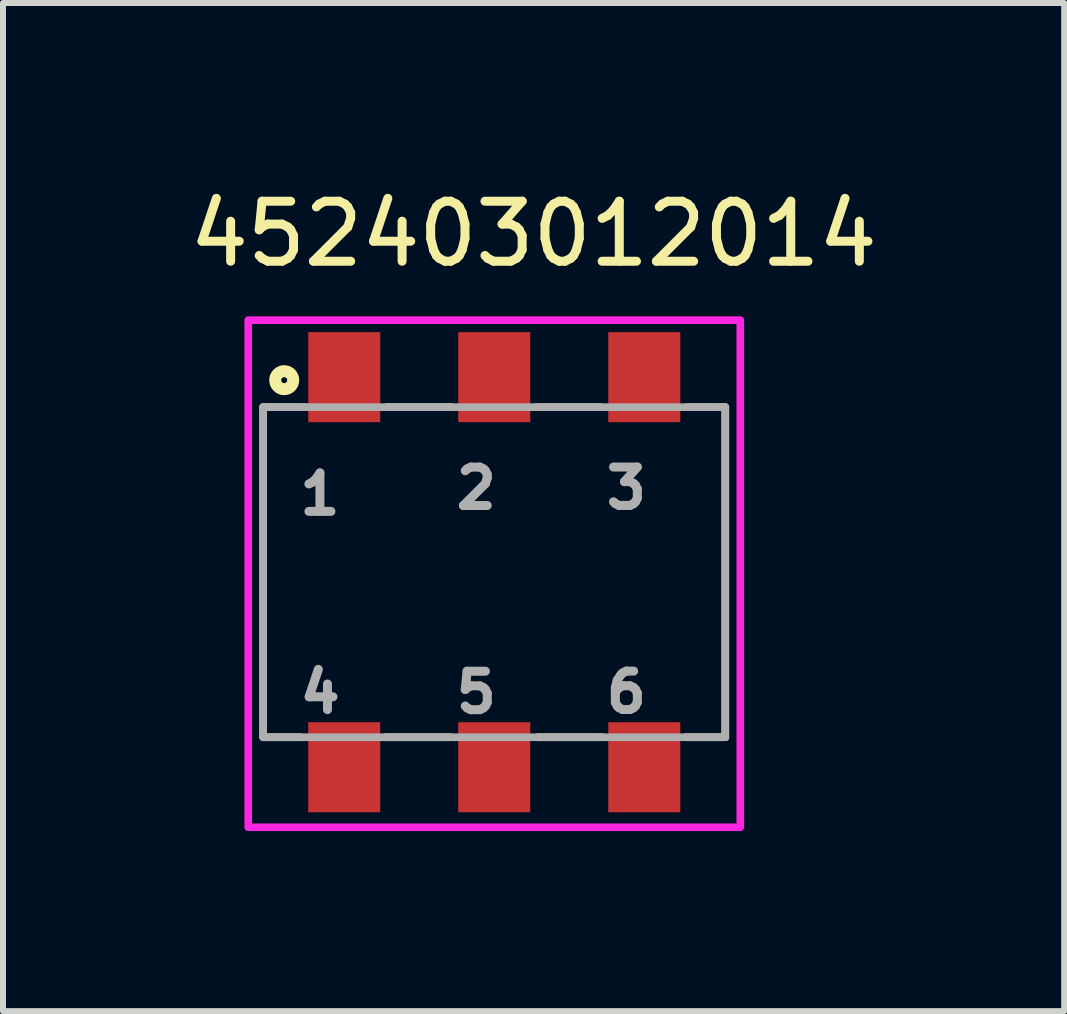
<source format=kicad_pcb>
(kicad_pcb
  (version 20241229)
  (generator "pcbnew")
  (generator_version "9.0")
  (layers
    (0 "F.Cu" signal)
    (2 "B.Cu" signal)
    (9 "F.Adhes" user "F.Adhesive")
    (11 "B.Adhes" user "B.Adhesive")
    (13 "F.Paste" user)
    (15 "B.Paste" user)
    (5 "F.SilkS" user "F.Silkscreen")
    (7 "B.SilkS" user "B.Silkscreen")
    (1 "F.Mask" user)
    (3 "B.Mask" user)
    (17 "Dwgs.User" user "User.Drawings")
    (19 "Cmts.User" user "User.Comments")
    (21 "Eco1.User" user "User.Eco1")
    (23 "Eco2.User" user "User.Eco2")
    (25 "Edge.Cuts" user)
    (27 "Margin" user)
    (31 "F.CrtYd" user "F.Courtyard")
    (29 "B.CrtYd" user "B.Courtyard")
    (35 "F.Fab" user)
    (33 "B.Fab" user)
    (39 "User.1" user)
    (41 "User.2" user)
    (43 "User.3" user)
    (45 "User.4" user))
  (footprint "452403012014"
    (layer "F.Cu")
    (at 5.186 6.485)
    (property "Reference" "452403012014" (at 0.655 -5.637 0) (layer "F.SilkS") (effects (font (size 1 1) (thickness 0.15))))
    (attr through_hole)
    (fp_line (start -3.85 -2.75) (end -3.85 2.75) (stroke (width 0.127) (type solid)) (layer "F.SilkS"))
    (fp_line (start -3.85 2.75) (end -3.22 2.75) (stroke (width 0.127) (type solid)) (layer "F.SilkS"))
    (fp_line (start -3.14 -2.75) (end -3.85 -2.75) (stroke (width 0.127) (type solid)) (layer "F.SilkS"))
    (fp_line (start -1.81 2.75) (end -0.73 2.75) (stroke (width 0.127) (type solid)) (layer "F.SilkS"))
    (fp_line (start -1.79 -2.75) (end -0.71 -2.75) (stroke (width 0.127) (type solid)) (layer "F.SilkS"))
    (fp_line (start 0.7 -2.75) (end 1.78 -2.75) (stroke (width 0.127) (type solid)) (layer "F.SilkS"))
    (fp_line (start 0.73 2.75) (end 1.81 2.75) (stroke (width 0.127) (type solid)) (layer "F.SilkS"))
    (fp_line (start 3.21 -2.75) (end 3.85 -2.75) (stroke (width 0.127) (type solid)) (layer "F.SilkS"))
    (fp_line (start 3.85 -2.75) (end 3.85 2.75) (stroke (width 0.127) (type solid)) (layer "F.SilkS"))
    (fp_line (start 3.85 2.75) (end 3.19 2.75) (stroke (width 0.127) (type solid)) (layer "F.SilkS"))
    (fp_circle (center -3.5 -3.2) (end -3.45 -3.2) (stroke (width 0.2) (type solid)) (fill no) (layer "F.SilkS"))
    (fp_poly (pts (xy -4.1 -4.2) (xy 4.1 -4.2) (xy 4.1 4.25) (xy -4.1 4.25)) (stroke (width 0.127) (type solid)) (fill no) (layer "F.CrtYd"))
    (fp_line (start -3.85 -2.75) (end 3.85 -2.75) (stroke (width 0.127) (type solid)) (layer "F.Fab"))
    (fp_line (start -3.85 2.75) (end -3.85 -2.75) (stroke (width 0.127) (type solid)) (layer "F.Fab"))
    (fp_line (start 3.85 -2.75) (end 3.85 2.75) (stroke (width 0.127) (type solid)) (layer "F.Fab"))
    (fp_line (start 3.85 2.75) (end -3.85 2.75) (stroke (width 0.127) (type solid)) (layer "F.Fab"))
    (fp_text user "1" (at -2.905 -1.302 0) (layer "F.Fab") (effects (font (size 0.641 0.641) (thickness 0.15))))
    (fp_text user "5" (at -0.3 2.002 0) (layer "F.Fab") (effects (font (size 0.641 0.641) (thickness 0.15))))
    (fp_text user "3" (at 2.201 -1.401 0) (layer "F.Fab") (effects (font (size 0.64 0.64) (thickness 0.15))))
    (fp_text user "6" (at 2.201 2 0) (layer "F.Fab") (effects (font (size 0.64 0.64) (thickness 0.15))))
    (fp_text user "4" (at -2.901 2.001 0) (layer "F.Fab") (effects (font (size 0.64 0.64) (thickness 0.15))))
    (fp_text user "2" (at -0.3 -1.4 0) (layer "F.Fab") (effects (font (size 0.64 0.64) (thickness 0.15))))
    (pad "1" smd rect (at -2.5 -3.25) (size 1.2 1.5) (layers "F.Cu" "F.Mask" "F.Paste"))
    (pad "2" smd rect (at 0 -3.25) (size 1.2 1.5) (layers "F.Cu" "F.Mask" "F.Paste"))
    (pad "3" smd rect (at 2.5 -3.25) (size 1.2 1.5) (layers "F.Cu" "F.Mask" "F.Paste"))
    (pad "4" smd rect (at -2.5 3.25) (size 1.2 1.5) (layers "F.Cu" "F.Mask" "F.Paste"))
    (pad "5" smd rect (at 0 3.25) (size 1.2 1.5) (layers "F.Cu" "F.Mask" "F.Paste"))
    (pad "6" smd rect (at 2.5 3.25) (size 1.2 1.5) (layers "F.Cu" "F.Mask" "F.Paste")))
  (gr_rect
    (start -3 -3)
    (end 14.683 13.799)
    (stroke (width 0.1) (type default))
    (fill no)
    (layer "Edge.Cuts")))
</source>
